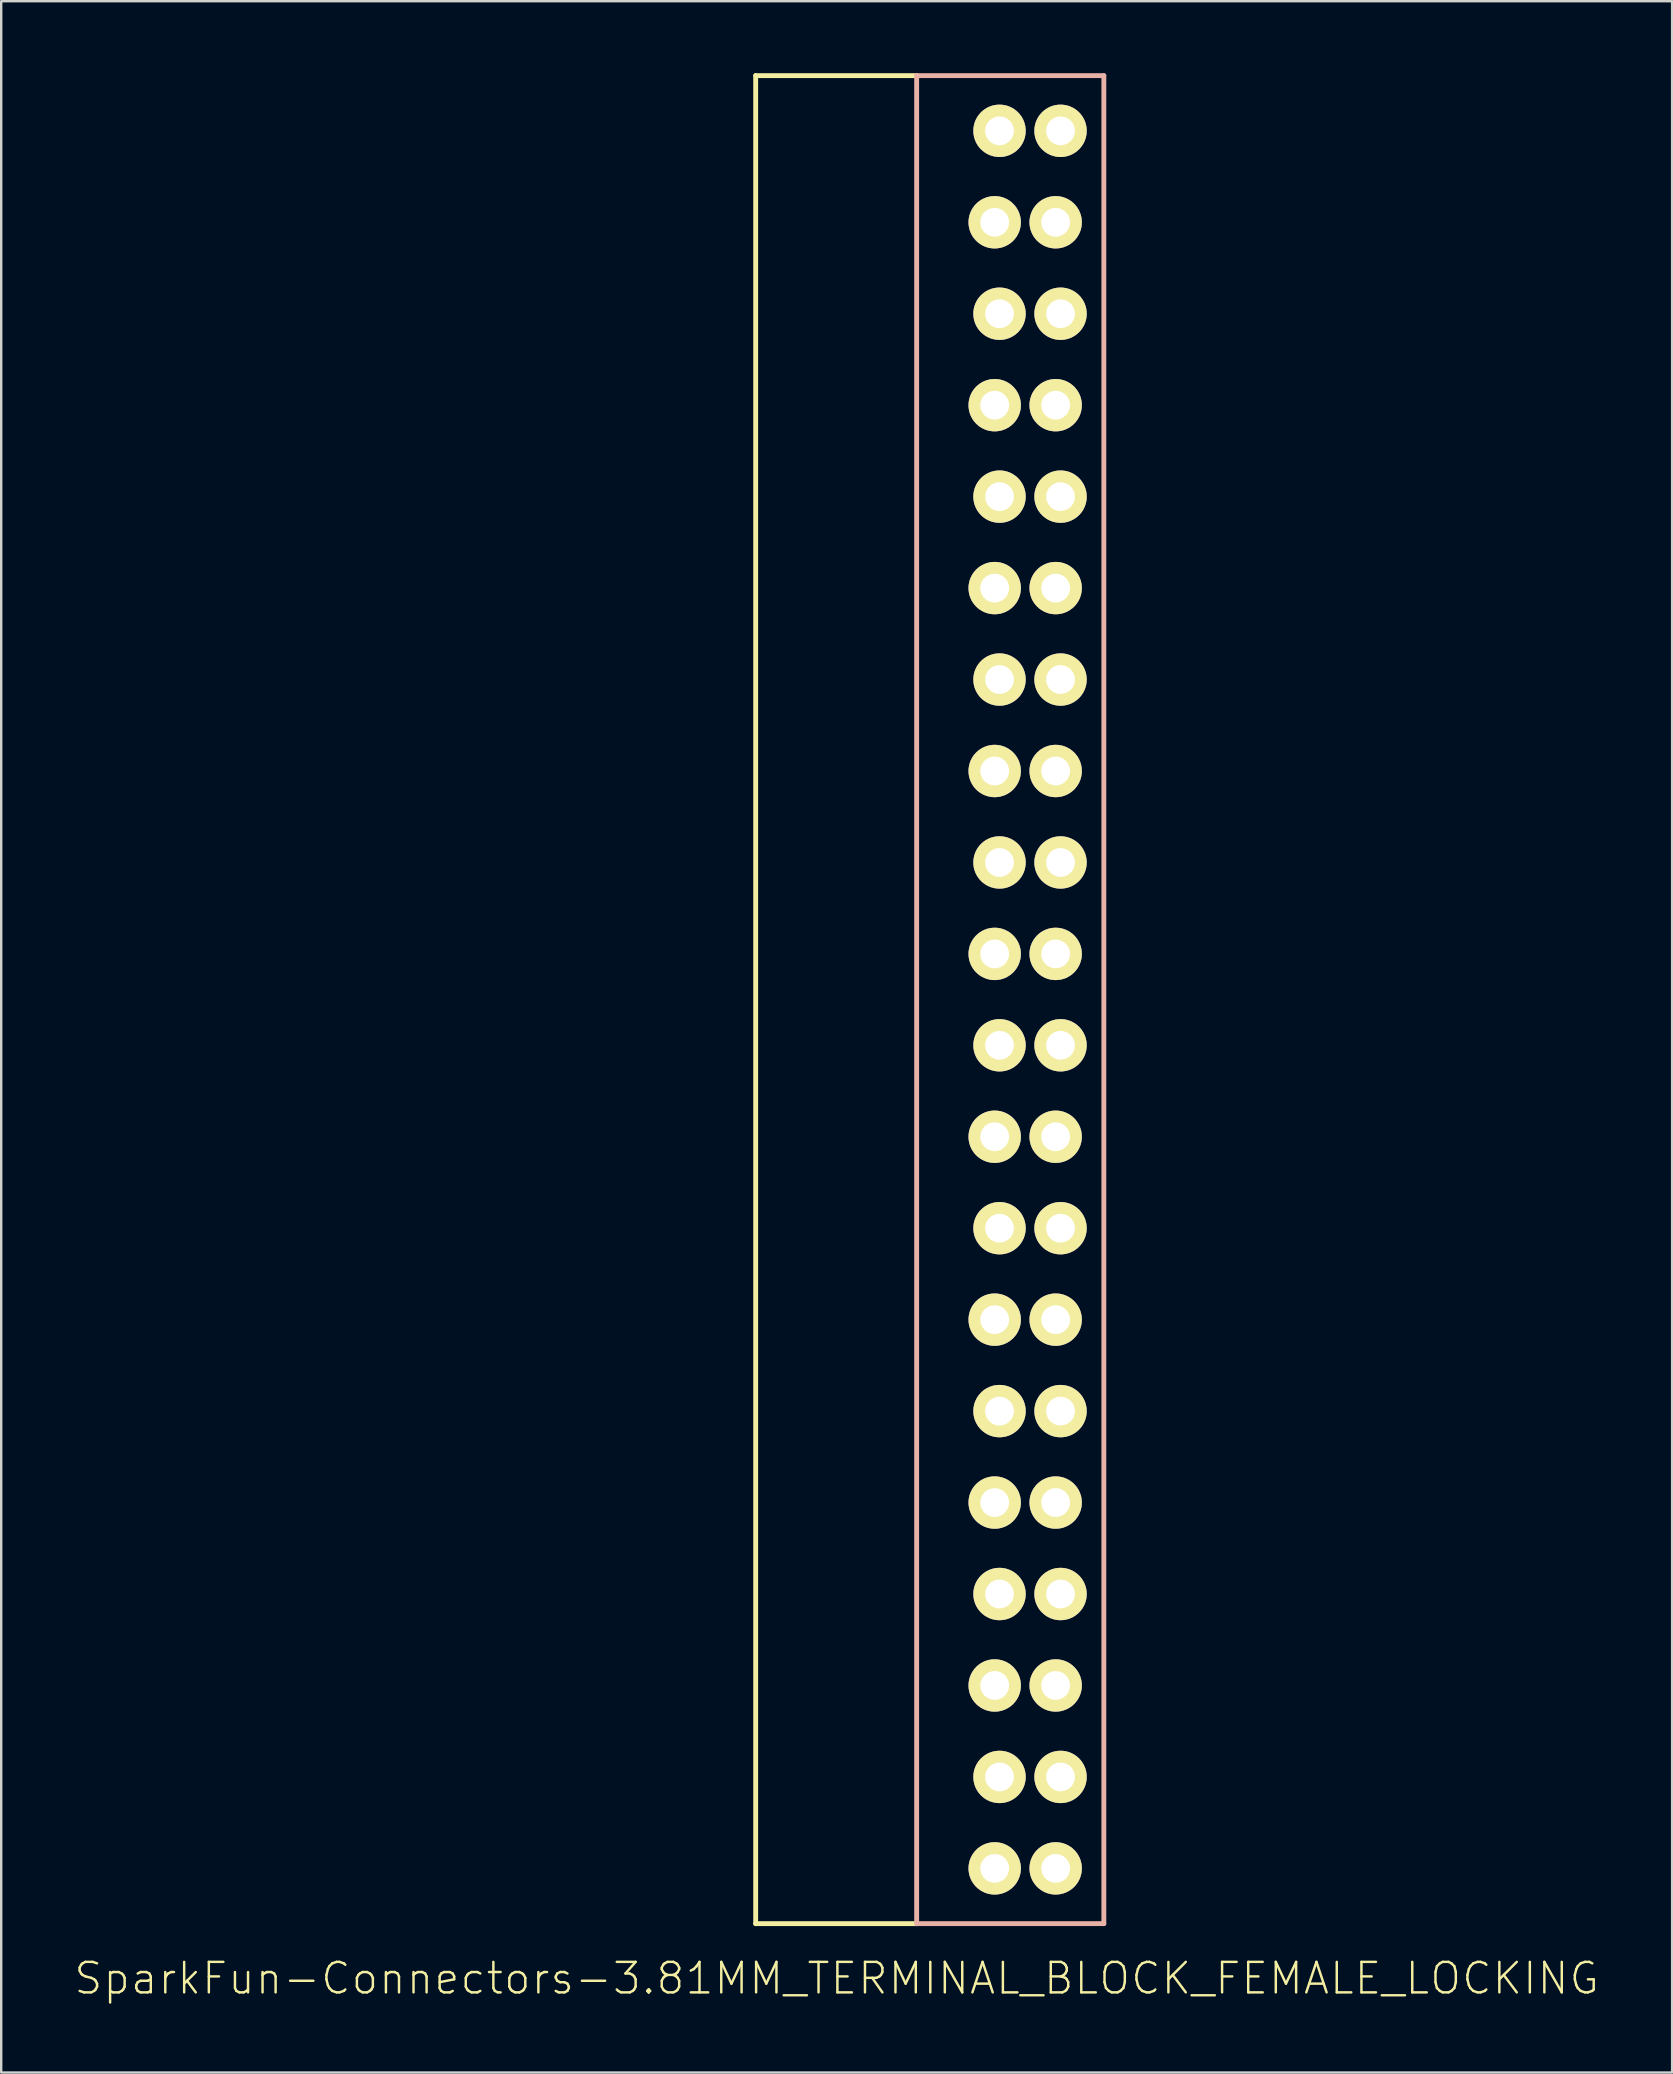
<source format=kicad_pcb>
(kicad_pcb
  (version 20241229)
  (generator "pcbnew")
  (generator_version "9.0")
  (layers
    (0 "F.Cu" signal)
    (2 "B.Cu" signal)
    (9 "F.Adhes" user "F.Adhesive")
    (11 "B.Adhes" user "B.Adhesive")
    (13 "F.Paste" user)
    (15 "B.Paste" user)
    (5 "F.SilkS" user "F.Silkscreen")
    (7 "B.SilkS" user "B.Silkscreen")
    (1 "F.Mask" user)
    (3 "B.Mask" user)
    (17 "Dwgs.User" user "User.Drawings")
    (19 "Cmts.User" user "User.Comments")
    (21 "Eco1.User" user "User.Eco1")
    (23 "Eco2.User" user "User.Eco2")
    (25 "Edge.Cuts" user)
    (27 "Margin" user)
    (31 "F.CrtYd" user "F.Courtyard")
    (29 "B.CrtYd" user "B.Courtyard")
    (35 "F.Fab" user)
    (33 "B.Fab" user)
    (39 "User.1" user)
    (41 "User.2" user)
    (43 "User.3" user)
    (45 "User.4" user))
  (footprint "SparkFun-Connectors-3.81MM_TERMINAL_BLOCK_FEMALE_LOCKING"
    (layer "F.Cu")
    (at 36.408 38.595)
    (property "Reference" "SparkFun-Connectors-3.81MM_TERMINAL_BLOCK_FEMALE_LOCKING" (at -4.602 40.775 0) (layer "F.SilkS") (effects (font (size 1.27 1.27) (thickness 0.102))))
    (attr exclude_from_pos_files exclude_from_bom)
    (fp_line (start -7.976 -38.494) (end -7.976 38.494) (stroke (width 0.203) (type solid)) (layer "F.SilkS"))
    (fp_line (start -1.27 -38.494) (end -7.976 -38.494) (stroke (width 0.203) (type solid)) (layer "F.SilkS"))
    (fp_line (start -1.27 38.494) (end -7.976 38.494) (stroke (width 0.203) (type solid)) (layer "F.SilkS"))
    (fp_line (start 1.613 -36.411) (end 2.553 -36.411) (stroke (width 0.066) (type solid)) (layer "F.SilkS"))
    (fp_line (start 1.613 -35.979) (end 1.613 -36.411) (stroke (width 0.066) (type solid)) (layer "F.SilkS"))
    (fp_line (start 1.613 -35.979) (end 2.553 -35.979) (stroke (width 0.066) (type solid)) (layer "F.SilkS"))
    (fp_line (start 1.613 -32.601) (end 2.553 -32.601) (stroke (width 0.066) (type solid)) (layer "F.SilkS"))
    (fp_line (start 1.613 -32.169) (end 1.613 -32.601) (stroke (width 0.066) (type solid)) (layer "F.SilkS"))
    (fp_line (start 1.613 -32.169) (end 2.553 -32.169) (stroke (width 0.066) (type solid)) (layer "F.SilkS"))
    (fp_line (start 1.613 -28.791) (end 2.553 -28.791) (stroke (width 0.066) (type solid)) (layer "F.SilkS"))
    (fp_line (start 1.613 -28.359) (end 1.613 -28.791) (stroke (width 0.066) (type solid)) (layer "F.SilkS"))
    (fp_line (start 1.613 -28.359) (end 2.553 -28.359) (stroke (width 0.066) (type solid)) (layer "F.SilkS"))
    (fp_line (start 1.613 -24.981) (end 2.553 -24.981) (stroke (width 0.066) (type solid)) (layer "F.SilkS"))
    (fp_line (start 1.613 -24.549) (end 1.613 -24.981) (stroke (width 0.066) (type solid)) (layer "F.SilkS"))
    (fp_line (start 1.613 -24.549) (end 2.553 -24.549) (stroke (width 0.066) (type solid)) (layer "F.SilkS"))
    (fp_line (start 1.613 -21.171) (end 2.553 -21.171) (stroke (width 0.066) (type solid)) (layer "F.SilkS"))
    (fp_line (start 1.613 -20.739) (end 1.613 -21.171) (stroke (width 0.066) (type solid)) (layer "F.SilkS"))
    (fp_line (start 1.613 -20.739) (end 2.553 -20.739) (stroke (width 0.066) (type solid)) (layer "F.SilkS"))
    (fp_line (start 1.613 -17.361) (end 2.553 -17.361) (stroke (width 0.066) (type solid)) (layer "F.SilkS"))
    (fp_line (start 1.613 -16.929) (end 1.613 -17.361) (stroke (width 0.066) (type solid)) (layer "F.SilkS"))
    (fp_line (start 1.613 -16.929) (end 2.553 -16.929) (stroke (width 0.066) (type solid)) (layer "F.SilkS"))
    (fp_line (start 1.613 -13.551) (end 2.553 -13.551) (stroke (width 0.066) (type solid)) (layer "F.SilkS"))
    (fp_line (start 1.613 -13.119) (end 1.613 -13.551) (stroke (width 0.066) (type solid)) (layer "F.SilkS"))
    (fp_line (start 1.613 -13.119) (end 2.553 -13.119) (stroke (width 0.066) (type solid)) (layer "F.SilkS"))
    (fp_line (start 1.613 -9.741) (end 2.553 -9.741) (stroke (width 0.066) (type solid)) (layer "F.SilkS"))
    (fp_line (start 1.613 -9.309) (end 1.613 -9.741) (stroke (width 0.066) (type solid)) (layer "F.SilkS"))
    (fp_line (start 1.613 -9.309) (end 2.553 -9.309) (stroke (width 0.066) (type solid)) (layer "F.SilkS"))
    (fp_line (start 1.613 -5.931) (end 2.553 -5.931) (stroke (width 0.066) (type solid)) (layer "F.SilkS"))
    (fp_line (start 1.613 -5.499) (end 1.613 -5.931) (stroke (width 0.066) (type solid)) (layer "F.SilkS"))
    (fp_line (start 1.613 -5.499) (end 2.553 -5.499) (stroke (width 0.066) (type solid)) (layer "F.SilkS"))
    (fp_line (start 1.613 -2.121) (end 2.553 -2.121) (stroke (width 0.066) (type solid)) (layer "F.SilkS"))
    (fp_line (start 1.613 -1.689) (end 1.613 -2.121) (stroke (width 0.066) (type solid)) (layer "F.SilkS"))
    (fp_line (start 1.613 -1.689) (end 2.553 -1.689) (stroke (width 0.066) (type solid)) (layer "F.SilkS"))
    (fp_line (start 1.613 1.687) (end 2.553 1.687) (stroke (width 0.066) (type solid)) (layer "F.SilkS"))
    (fp_line (start 1.613 2.118) (end 1.613 1.687) (stroke (width 0.066) (type solid)) (layer "F.SilkS"))
    (fp_line (start 1.613 2.118) (end 2.553 2.118) (stroke (width 0.066) (type solid)) (layer "F.SilkS"))
    (fp_line (start 1.613 5.497) (end 2.553 5.497) (stroke (width 0.066) (type solid)) (layer "F.SilkS"))
    (fp_line (start 1.613 5.928) (end 1.613 5.497) (stroke (width 0.066) (type solid)) (layer "F.SilkS"))
    (fp_line (start 1.613 5.928) (end 2.553 5.928) (stroke (width 0.066) (type solid)) (layer "F.SilkS"))
    (fp_line (start 1.613 9.307) (end 2.553 9.307) (stroke (width 0.066) (type solid)) (layer "F.SilkS"))
    (fp_line (start 1.613 9.738) (end 1.613 9.307) (stroke (width 0.066) (type solid)) (layer "F.SilkS"))
    (fp_line (start 1.613 9.738) (end 2.553 9.738) (stroke (width 0.066) (type solid)) (layer "F.SilkS"))
    (fp_line (start 1.613 13.117) (end 2.553 13.117) (stroke (width 0.066) (type solid)) (layer "F.SilkS"))
    (fp_line (start 1.613 13.548) (end 1.613 13.117) (stroke (width 0.066) (type solid)) (layer "F.SilkS"))
    (fp_line (start 1.613 13.548) (end 2.553 13.548) (stroke (width 0.066) (type solid)) (layer "F.SilkS"))
    (fp_line (start 1.613 16.927) (end 2.553 16.927) (stroke (width 0.066) (type solid)) (layer "F.SilkS"))
    (fp_line (start 1.613 17.358) (end 1.613 16.927) (stroke (width 0.066) (type solid)) (layer "F.SilkS"))
    (fp_line (start 1.613 17.358) (end 2.553 17.358) (stroke (width 0.066) (type solid)) (layer "F.SilkS"))
    (fp_line (start 1.613 20.737) (end 2.553 20.737) (stroke (width 0.066) (type solid)) (layer "F.SilkS"))
    (fp_line (start 1.613 21.168) (end 1.613 20.737) (stroke (width 0.066) (type solid)) (layer "F.SilkS"))
    (fp_line (start 1.613 21.168) (end 2.553 21.168) (stroke (width 0.066) (type solid)) (layer "F.SilkS"))
    (fp_line (start 1.613 24.547) (end 2.553 24.547) (stroke (width 0.066) (type solid)) (layer "F.SilkS"))
    (fp_line (start 1.613 24.978) (end 1.613 24.547) (stroke (width 0.066) (type solid)) (layer "F.SilkS"))
    (fp_line (start 1.613 24.978) (end 2.553 24.978) (stroke (width 0.066) (type solid)) (layer "F.SilkS"))
    (fp_line (start 1.613 28.357) (end 2.553 28.357) (stroke (width 0.066) (type solid)) (layer "F.SilkS"))
    (fp_line (start 1.613 28.788) (end 1.613 28.357) (stroke (width 0.066) (type solid)) (layer "F.SilkS"))
    (fp_line (start 1.613 28.788) (end 2.553 28.788) (stroke (width 0.066) (type solid)) (layer "F.SilkS"))
    (fp_line (start 1.613 32.167) (end 2.553 32.167) (stroke (width 0.066) (type solid)) (layer "F.SilkS"))
    (fp_line (start 1.613 32.598) (end 1.613 32.167) (stroke (width 0.066) (type solid)) (layer "F.SilkS"))
    (fp_line (start 1.613 32.598) (end 2.553 32.598) (stroke (width 0.066) (type solid)) (layer "F.SilkS"))
    (fp_line (start 1.613 35.977) (end 2.553 35.977) (stroke (width 0.066) (type solid)) (layer "F.SilkS"))
    (fp_line (start 1.613 36.408) (end 1.613 35.977) (stroke (width 0.066) (type solid)) (layer "F.SilkS"))
    (fp_line (start 1.613 36.408) (end 2.553 36.408) (stroke (width 0.066) (type solid)) (layer "F.SilkS"))
    (fp_line (start 2.553 -35.979) (end 2.553 -36.411) (stroke (width 0.066) (type solid)) (layer "F.SilkS"))
    (fp_line (start 2.553 -32.169) (end 2.553 -32.601) (stroke (width 0.066) (type solid)) (layer "F.SilkS"))
    (fp_line (start 2.553 -28.359) (end 2.553 -28.791) (stroke (width 0.066) (type solid)) (layer "F.SilkS"))
    (fp_line (start 2.553 -24.549) (end 2.553 -24.981) (stroke (width 0.066) (type solid)) (layer "F.SilkS"))
    (fp_line (start 2.553 -20.739) (end 2.553 -21.171) (stroke (width 0.066) (type solid)) (layer "F.SilkS"))
    (fp_line (start 2.553 -16.929) (end 2.553 -17.361) (stroke (width 0.066) (type solid)) (layer "F.SilkS"))
    (fp_line (start 2.553 -13.119) (end 2.553 -13.551) (stroke (width 0.066) (type solid)) (layer "F.SilkS"))
    (fp_line (start 2.553 -9.309) (end 2.553 -9.741) (stroke (width 0.066) (type solid)) (layer "F.SilkS"))
    (fp_line (start 2.553 -5.499) (end 2.553 -5.931) (stroke (width 0.066) (type solid)) (layer "F.SilkS"))
    (fp_line (start 2.553 -1.689) (end 2.553 -2.121) (stroke (width 0.066) (type solid)) (layer "F.SilkS"))
    (fp_line (start 2.553 2.118) (end 2.553 1.687) (stroke (width 0.066) (type solid)) (layer "F.SilkS"))
    (fp_line (start 2.553 5.928) (end 2.553 5.497) (stroke (width 0.066) (type solid)) (layer "F.SilkS"))
    (fp_line (start 2.553 9.738) (end 2.553 9.307) (stroke (width 0.066) (type solid)) (layer "F.SilkS"))
    (fp_line (start 2.553 13.548) (end 2.553 13.117) (stroke (width 0.066) (type solid)) (layer "F.SilkS"))
    (fp_line (start 2.553 17.358) (end 2.553 16.927) (stroke (width 0.066) (type solid)) (layer "F.SilkS"))
    (fp_line (start 2.553 21.168) (end 2.553 20.737) (stroke (width 0.066) (type solid)) (layer "F.SilkS"))
    (fp_line (start 2.553 24.978) (end 2.553 24.547) (stroke (width 0.066) (type solid)) (layer "F.SilkS"))
    (fp_line (start 2.553 28.788) (end 2.553 28.357) (stroke (width 0.066) (type solid)) (layer "F.SilkS"))
    (fp_line (start 2.553 32.598) (end 2.553 32.167) (stroke (width 0.066) (type solid)) (layer "F.SilkS"))
    (fp_line (start 2.553 36.408) (end 2.553 35.977) (stroke (width 0.066) (type solid)) (layer "F.SilkS"))
    (fp_line (start 4.153 -36.411) (end 5.093 -36.411) (stroke (width 0.066) (type solid)) (layer "F.SilkS"))
    (fp_line (start 4.153 -35.979) (end 4.153 -36.411) (stroke (width 0.066) (type solid)) (layer "F.SilkS"))
    (fp_line (start 4.153 -35.979) (end 5.093 -35.979) (stroke (width 0.066) (type solid)) (layer "F.SilkS"))
    (fp_line (start 4.153 -32.601) (end 5.093 -32.601) (stroke (width 0.066) (type solid)) (layer "F.SilkS"))
    (fp_line (start 4.153 -32.169) (end 4.153 -32.601) (stroke (width 0.066) (type solid)) (layer "F.SilkS"))
    (fp_line (start 4.153 -32.169) (end 5.093 -32.169) (stroke (width 0.066) (type solid)) (layer "F.SilkS"))
    (fp_line (start 4.153 -28.791) (end 5.093 -28.791) (stroke (width 0.066) (type solid)) (layer "F.SilkS"))
    (fp_line (start 4.153 -28.359) (end 4.153 -28.791) (stroke (width 0.066) (type solid)) (layer "F.SilkS"))
    (fp_line (start 4.153 -28.359) (end 5.093 -28.359) (stroke (width 0.066) (type solid)) (layer "F.SilkS"))
    (fp_line (start 4.153 -24.981) (end 5.093 -24.981) (stroke (width 0.066) (type solid)) (layer "F.SilkS"))
    (fp_line (start 4.153 -24.549) (end 4.153 -24.981) (stroke (width 0.066) (type solid)) (layer "F.SilkS"))
    (fp_line (start 4.153 -24.549) (end 5.093 -24.549) (stroke (width 0.066) (type solid)) (layer "F.SilkS"))
    (fp_line (start 4.153 -21.171) (end 5.093 -21.171) (stroke (width 0.066) (type solid)) (layer "F.SilkS"))
    (fp_line (start 4.153 -20.739) (end 4.153 -21.171) (stroke (width 0.066) (type solid)) (layer "F.SilkS"))
    (fp_line (start 4.153 -20.739) (end 5.093 -20.739) (stroke (width 0.066) (type solid)) (layer "F.SilkS"))
    (fp_line (start 4.153 -17.361) (end 5.093 -17.361) (stroke (width 0.066) (type solid)) (layer "F.SilkS"))
    (fp_line (start 4.153 -16.929) (end 4.153 -17.361) (stroke (width 0.066) (type solid)) (layer "F.SilkS"))
    (fp_line (start 4.153 -16.929) (end 5.093 -16.929) (stroke (width 0.066) (type solid)) (layer "F.SilkS"))
    (fp_line (start 4.153 -13.551) (end 5.093 -13.551) (stroke (width 0.066) (type solid)) (layer "F.SilkS"))
    (fp_line (start 4.153 -13.119) (end 4.153 -13.551) (stroke (width 0.066) (type solid)) (layer "F.SilkS"))
    (fp_line (start 4.153 -13.119) (end 5.093 -13.119) (stroke (width 0.066) (type solid)) (layer "F.SilkS"))
    (fp_line (start 4.153 -9.741) (end 5.093 -9.741) (stroke (width 0.066) (type solid)) (layer "F.SilkS"))
    (fp_line (start 4.153 -9.309) (end 4.153 -9.741) (stroke (width 0.066) (type solid)) (layer "F.SilkS"))
    (fp_line (start 4.153 -9.309) (end 5.093 -9.309) (stroke (width 0.066) (type solid)) (layer "F.SilkS"))
    (fp_line (start 4.153 -5.931) (end 5.093 -5.931) (stroke (width 0.066) (type solid)) (layer "F.SilkS"))
    (fp_line (start 4.153 -5.499) (end 4.153 -5.931) (stroke (width 0.066) (type solid)) (layer "F.SilkS"))
    (fp_line (start 4.153 -5.499) (end 5.093 -5.499) (stroke (width 0.066) (type solid)) (layer "F.SilkS"))
    (fp_line (start 4.153 -2.121) (end 5.093 -2.121) (stroke (width 0.066) (type solid)) (layer "F.SilkS"))
    (fp_line (start 4.153 -1.689) (end 4.153 -2.121) (stroke (width 0.066) (type solid)) (layer "F.SilkS"))
    (fp_line (start 4.153 -1.689) (end 5.093 -1.689) (stroke (width 0.066) (type solid)) (layer "F.SilkS"))
    (fp_line (start 4.153 1.687) (end 5.093 1.687) (stroke (width 0.066) (type solid)) (layer "F.SilkS"))
    (fp_line (start 4.153 2.118) (end 4.153 1.687) (stroke (width 0.066) (type solid)) (layer "F.SilkS"))
    (fp_line (start 4.153 2.118) (end 5.093 2.118) (stroke (width 0.066) (type solid)) (layer "F.SilkS"))
    (fp_line (start 4.153 5.497) (end 5.093 5.497) (stroke (width 0.066) (type solid)) (layer "F.SilkS"))
    (fp_line (start 4.153 5.928) (end 4.153 5.497) (stroke (width 0.066) (type solid)) (layer "F.SilkS"))
    (fp_line (start 4.153 5.928) (end 5.093 5.928) (stroke (width 0.066) (type solid)) (layer "F.SilkS"))
    (fp_line (start 4.153 9.307) (end 5.093 9.307) (stroke (width 0.066) (type solid)) (layer "F.SilkS"))
    (fp_line (start 4.153 9.738) (end 4.153 9.307) (stroke (width 0.066) (type solid)) (layer "F.SilkS"))
    (fp_line (start 4.153 9.738) (end 5.093 9.738) (stroke (width 0.066) (type solid)) (layer "F.SilkS"))
    (fp_line (start 4.153 13.117) (end 5.093 13.117) (stroke (width 0.066) (type solid)) (layer "F.SilkS"))
    (fp_line (start 4.153 13.548) (end 4.153 13.117) (stroke (width 0.066) (type solid)) (layer "F.SilkS"))
    (fp_line (start 4.153 13.548) (end 5.093 13.548) (stroke (width 0.066) (type solid)) (layer "F.SilkS"))
    (fp_line (start 4.153 16.927) (end 5.093 16.927) (stroke (width 0.066) (type solid)) (layer "F.SilkS"))
    (fp_line (start 4.153 17.358) (end 4.153 16.927) (stroke (width 0.066) (type solid)) (layer "F.SilkS"))
    (fp_line (start 4.153 17.358) (end 5.093 17.358) (stroke (width 0.066) (type solid)) (layer "F.SilkS"))
    (fp_line (start 4.153 20.737) (end 5.093 20.737) (stroke (width 0.066) (type solid)) (layer "F.SilkS"))
    (fp_line (start 4.153 21.168) (end 4.153 20.737) (stroke (width 0.066) (type solid)) (layer "F.SilkS"))
    (fp_line (start 4.153 21.168) (end 5.093 21.168) (stroke (width 0.066) (type solid)) (layer "F.SilkS"))
    (fp_line (start 4.153 24.547) (end 5.093 24.547) (stroke (width 0.066) (type solid)) (layer "F.SilkS"))
    (fp_line (start 4.153 24.978) (end 4.153 24.547) (stroke (width 0.066) (type solid)) (layer "F.SilkS"))
    (fp_line (start 4.153 24.978) (end 5.093 24.978) (stroke (width 0.066) (type solid)) (layer "F.SilkS"))
    (fp_line (start 4.153 28.357) (end 5.093 28.357) (stroke (width 0.066) (type solid)) (layer "F.SilkS"))
    (fp_line (start 4.153 28.788) (end 4.153 28.357) (stroke (width 0.066) (type solid)) (layer "F.SilkS"))
    (fp_line (start 4.153 28.788) (end 5.093 28.788) (stroke (width 0.066) (type solid)) (layer "F.SilkS"))
    (fp_line (start 4.153 32.167) (end 5.093 32.167) (stroke (width 0.066) (type solid)) (layer "F.SilkS"))
    (fp_line (start 4.153 32.598) (end 4.153 32.167) (stroke (width 0.066) (type solid)) (layer "F.SilkS"))
    (fp_line (start 4.153 32.598) (end 5.093 32.598) (stroke (width 0.066) (type solid)) (layer "F.SilkS"))
    (fp_line (start 4.153 35.977) (end 5.093 35.977) (stroke (width 0.066) (type solid)) (layer "F.SilkS"))
    (fp_line (start 4.153 36.408) (end 4.153 35.977) (stroke (width 0.066) (type solid)) (layer "F.SilkS"))
    (fp_line (start 4.153 36.408) (end 5.093 36.408) (stroke (width 0.066) (type solid)) (layer "F.SilkS"))
    (fp_line (start 5.093 -35.979) (end 5.093 -36.411) (stroke (width 0.066) (type solid)) (layer "F.SilkS"))
    (fp_line (start 5.093 -32.169) (end 5.093 -32.601) (stroke (width 0.066) (type solid)) (layer "F.SilkS"))
    (fp_line (start 5.093 -28.359) (end 5.093 -28.791) (stroke (width 0.066) (type solid)) (layer "F.SilkS"))
    (fp_line (start 5.093 -24.549) (end 5.093 -24.981) (stroke (width 0.066) (type solid)) (layer "F.SilkS"))
    (fp_line (start 5.093 -20.739) (end 5.093 -21.171) (stroke (width 0.066) (type solid)) (layer "F.SilkS"))
    (fp_line (start 5.093 -16.929) (end 5.093 -17.361) (stroke (width 0.066) (type solid)) (layer "F.SilkS"))
    (fp_line (start 5.093 -13.119) (end 5.093 -13.551) (stroke (width 0.066) (type solid)) (layer "F.SilkS"))
    (fp_line (start 5.093 -9.309) (end 5.093 -9.741) (stroke (width 0.066) (type solid)) (layer "F.SilkS"))
    (fp_line (start 5.093 -5.499) (end 5.093 -5.931) (stroke (width 0.066) (type solid)) (layer "F.SilkS"))
    (fp_line (start 5.093 -1.689) (end 5.093 -2.121) (stroke (width 0.066) (type solid)) (layer "F.SilkS"))
    (fp_line (start 5.093 2.118) (end 5.093 1.687) (stroke (width 0.066) (type solid)) (layer "F.SilkS"))
    (fp_line (start 5.093 5.928) (end 5.093 5.497) (stroke (width 0.066) (type solid)) (layer "F.SilkS"))
    (fp_line (start 5.093 9.738) (end 5.093 9.307) (stroke (width 0.066) (type solid)) (layer "F.SilkS"))
    (fp_line (start 5.093 13.548) (end 5.093 13.117) (stroke (width 0.066) (type solid)) (layer "F.SilkS"))
    (fp_line (start 5.093 17.358) (end 5.093 16.927) (stroke (width 0.066) (type solid)) (layer "F.SilkS"))
    (fp_line (start 5.093 21.168) (end 5.093 20.737) (stroke (width 0.066) (type solid)) (layer "F.SilkS"))
    (fp_line (start 5.093 24.978) (end 5.093 24.547) (stroke (width 0.066) (type solid)) (layer "F.SilkS"))
    (fp_line (start 5.093 28.788) (end 5.093 28.357) (stroke (width 0.066) (type solid)) (layer "F.SilkS"))
    (fp_line (start 5.093 32.598) (end 5.093 32.167) (stroke (width 0.066) (type solid)) (layer "F.SilkS"))
    (fp_line (start 5.093 36.408) (end 5.093 35.977) (stroke (width 0.066) (type solid)) (layer "F.SilkS"))
    (fp_line (start -1.27 -38.494) (end -1.27 38.494) (stroke (width 0.203) (type solid)) (layer "B.SilkS"))
    (fp_line (start -1.27 -38.494) (end 6.528 -38.494) (stroke (width 0.203) (type solid)) (layer "B.SilkS"))
    (fp_line (start -1.27 38.494) (end 6.528 38.494) (stroke (width 0.203) (type solid)) (layer "B.SilkS"))
    (fp_line (start 6.528 38.494) (end 6.528 -38.494) (stroke (width 0.203) (type solid)) (layer "B.SilkS"))
    (pad "1" thru_hole circle (at 4.521 36.192) (size 2.182 2.182) (drill 1.199) (layers "*.Cu" "F.Mask" "F.SilkS" "F.Paste"))
    (pad "2" thru_hole circle (at 4.724 32.382) (size 2.182 2.182) (drill 1.199) (layers "*.Cu" "F.Mask" "F.SilkS" "F.Paste"))
    (pad "3" thru_hole circle (at 4.521 28.572) (size 2.182 2.182) (drill 1.199) (layers "*.Cu" "F.Mask" "F.SilkS" "F.Paste"))
    (pad "4" thru_hole circle (at 4.724 24.762) (size 2.182 2.182) (drill 1.199) (layers "*.Cu" "F.Mask" "F.SilkS" "F.Paste"))
    (pad "5" thru_hole circle (at 4.521 20.952) (size 2.182 2.182) (drill 1.199) (layers "*.Cu" "F.Mask" "F.SilkS" "F.Paste"))
    (pad "6" thru_hole circle (at 4.724 17.142) (size 2.182 2.182) (drill 1.199) (layers "*.Cu" "F.Mask" "F.SilkS" "F.Paste"))
    (pad "7" thru_hole circle (at 4.521 13.332) (size 2.182 2.182) (drill 1.199) (layers "*.Cu" "F.Mask" "F.SilkS" "F.Paste"))
    (pad "8" thru_hole circle (at 4.724 9.522) (size 2.182 2.182) (drill 1.199) (layers "*.Cu" "F.Mask" "F.SilkS" "F.Paste"))
    (pad "9" thru_hole circle (at 4.521 5.712) (size 2.182 2.182) (drill 1.199) (layers "*.Cu" "F.Mask" "F.SilkS" "F.Paste"))
    (pad "10" thru_hole circle (at 4.724 1.902) (size 2.182 2.182) (drill 1.199) (layers "*.Cu" "F.Mask" "F.SilkS" "F.Paste"))
    (pad "11" thru_hole circle (at 4.521 -1.905) (size 2.182 2.182) (drill 1.199) (layers "*.Cu" "F.Mask" "F.SilkS" "F.Paste"))
    (pad "12" thru_hole circle (at 4.724 -5.715) (size 2.182 2.182) (drill 1.199) (layers "*.Cu" "F.Mask" "F.SilkS" "F.Paste"))
    (pad "13" thru_hole circle (at 4.521 -9.525) (size 2.182 2.182) (drill 1.199) (layers "*.Cu" "F.Mask" "F.SilkS" "F.Paste"))
    (pad "14" thru_hole circle (at 4.724 -13.335) (size 2.182 2.182) (drill 1.199) (layers "*.Cu" "F.Mask" "F.SilkS" "F.Paste"))
    (pad "15" thru_hole circle (at 4.521 -17.145) (size 2.182 2.182) (drill 1.199) (layers "*.Cu" "F.Mask" "F.SilkS" "F.Paste"))
    (pad "16" thru_hole circle (at 4.724 -20.955) (size 2.182 2.182) (drill 1.199) (layers "*.Cu" "F.Mask" "F.SilkS" "F.Paste"))
    (pad "17" thru_hole circle (at 4.521 -24.765) (size 2.182 2.182) (drill 1.199) (layers "*.Cu" "F.Mask" "F.SilkS" "F.Paste"))
    (pad "18" thru_hole circle (at 4.724 -28.575) (size 2.182 2.182) (drill 1.199) (layers "*.Cu" "F.Mask" "F.SilkS" "F.Paste"))
    (pad "19" thru_hole circle (at 4.521 -32.385) (size 2.182 2.182) (drill 1.199) (layers "*.Cu" "F.Mask" "F.SilkS" "F.Paste"))
    (pad "20" thru_hole circle (at 4.724 -36.195) (size 2.182 2.182) (drill 1.199) (layers "*.Cu" "F.Mask" "F.SilkS" "F.Paste"))
    (pad "@1" thru_hole circle (at 1.981 36.192) (size 2.182 2.182) (drill 1.199) (layers "*.Cu" "F.Mask" "F.SilkS" "F.Paste"))
    (pad "@2" thru_hole circle (at 2.182 32.382) (size 2.182 2.182) (drill 1.199) (layers "*.Cu" "F.Mask" "F.SilkS" "F.Paste"))
    (pad "@3" thru_hole circle (at 1.981 28.572) (size 2.182 2.182) (drill 1.199) (layers "*.Cu" "F.Mask" "F.SilkS" "F.Paste"))
    (pad "@4" thru_hole circle (at 2.182 24.762) (size 2.182 2.182) (drill 1.199) (layers "*.Cu" "F.Mask" "F.SilkS" "F.Paste"))
    (pad "@5" thru_hole circle (at 1.981 20.952) (size 2.182 2.182) (drill 1.199) (layers "*.Cu" "F.Mask" "F.SilkS" "F.Paste"))
    (pad "@6" thru_hole circle (at 2.182 17.142) (size 2.182 2.182) (drill 1.199) (layers "*.Cu" "F.Mask" "F.SilkS" "F.Paste"))
    (pad "@7" thru_hole circle (at 1.981 13.332) (size 2.182 2.182) (drill 1.199) (layers "*.Cu" "F.Mask" "F.SilkS" "F.Paste"))
    (pad "@8" thru_hole circle (at 2.182 9.522) (size 2.182 2.182) (drill 1.199) (layers "*.Cu" "F.Mask" "F.SilkS" "F.Paste"))
    (pad "@9" thru_hole circle (at 1.981 5.712) (size 2.182 2.182) (drill 1.199) (layers "*.Cu" "F.Mask" "F.SilkS" "F.Paste"))
    (pad "@10" thru_hole circle (at 2.182 1.902) (size 2.182 2.182) (drill 1.199) (layers "*.Cu" "F.Mask" "F.SilkS" "F.Paste"))
    (pad "@11" thru_hole circle (at 1.981 -1.905) (size 2.182 2.182) (drill 1.199) (layers "*.Cu" "F.Mask" "F.SilkS" "F.Paste"))
    (pad "@12" thru_hole circle (at 2.182 -5.715) (size 2.182 2.182) (drill 1.199) (layers "*.Cu" "F.Mask" "F.SilkS" "F.Paste"))
    (pad "@13" thru_hole circle (at 1.981 -9.525) (size 2.182 2.182) (drill 1.199) (layers "*.Cu" "F.Mask" "F.SilkS" "F.Paste"))
    (pad "@14" thru_hole circle (at 2.182 -13.335) (size 2.182 2.182) (drill 1.199) (layers "*.Cu" "F.Mask" "F.SilkS" "F.Paste"))
    (pad "@15" thru_hole circle (at 1.981 -17.145) (size 2.182 2.182) (drill 1.199) (layers "*.Cu" "F.Mask" "F.SilkS" "F.Paste"))
    (pad "@16" thru_hole circle (at 2.182 -20.955) (size 2.182 2.182) (drill 1.199) (layers "*.Cu" "F.Mask" "F.SilkS" "F.Paste"))
    (pad "@17" thru_hole circle (at 1.981 -24.765) (size 2.182 2.182) (drill 1.199) (layers "*.Cu" "F.Mask" "F.SilkS" "F.Paste"))
    (pad "@18" thru_hole circle (at 2.182 -28.575) (size 2.182 2.182) (drill 1.199) (layers "*.Cu" "F.Mask" "F.SilkS" "F.Paste"))
    (pad "@19" thru_hole circle (at 1.981 -32.385) (size 2.182 2.182) (drill 1.199) (layers "*.Cu" "F.Mask" "F.SilkS" "F.Paste"))
    (pad "@20" thru_hole circle (at 2.182 -36.195) (size 2.182 2.182) (drill 1.199) (layers "*.Cu" "F.Mask" "F.SilkS" "F.Paste")))
  (gr_rect
    (start -3 -3)
    (end 66.611 83.291)
    (stroke (width 0.1) (type default))
    (fill no)
    (layer "Edge.Cuts")))
</source>
